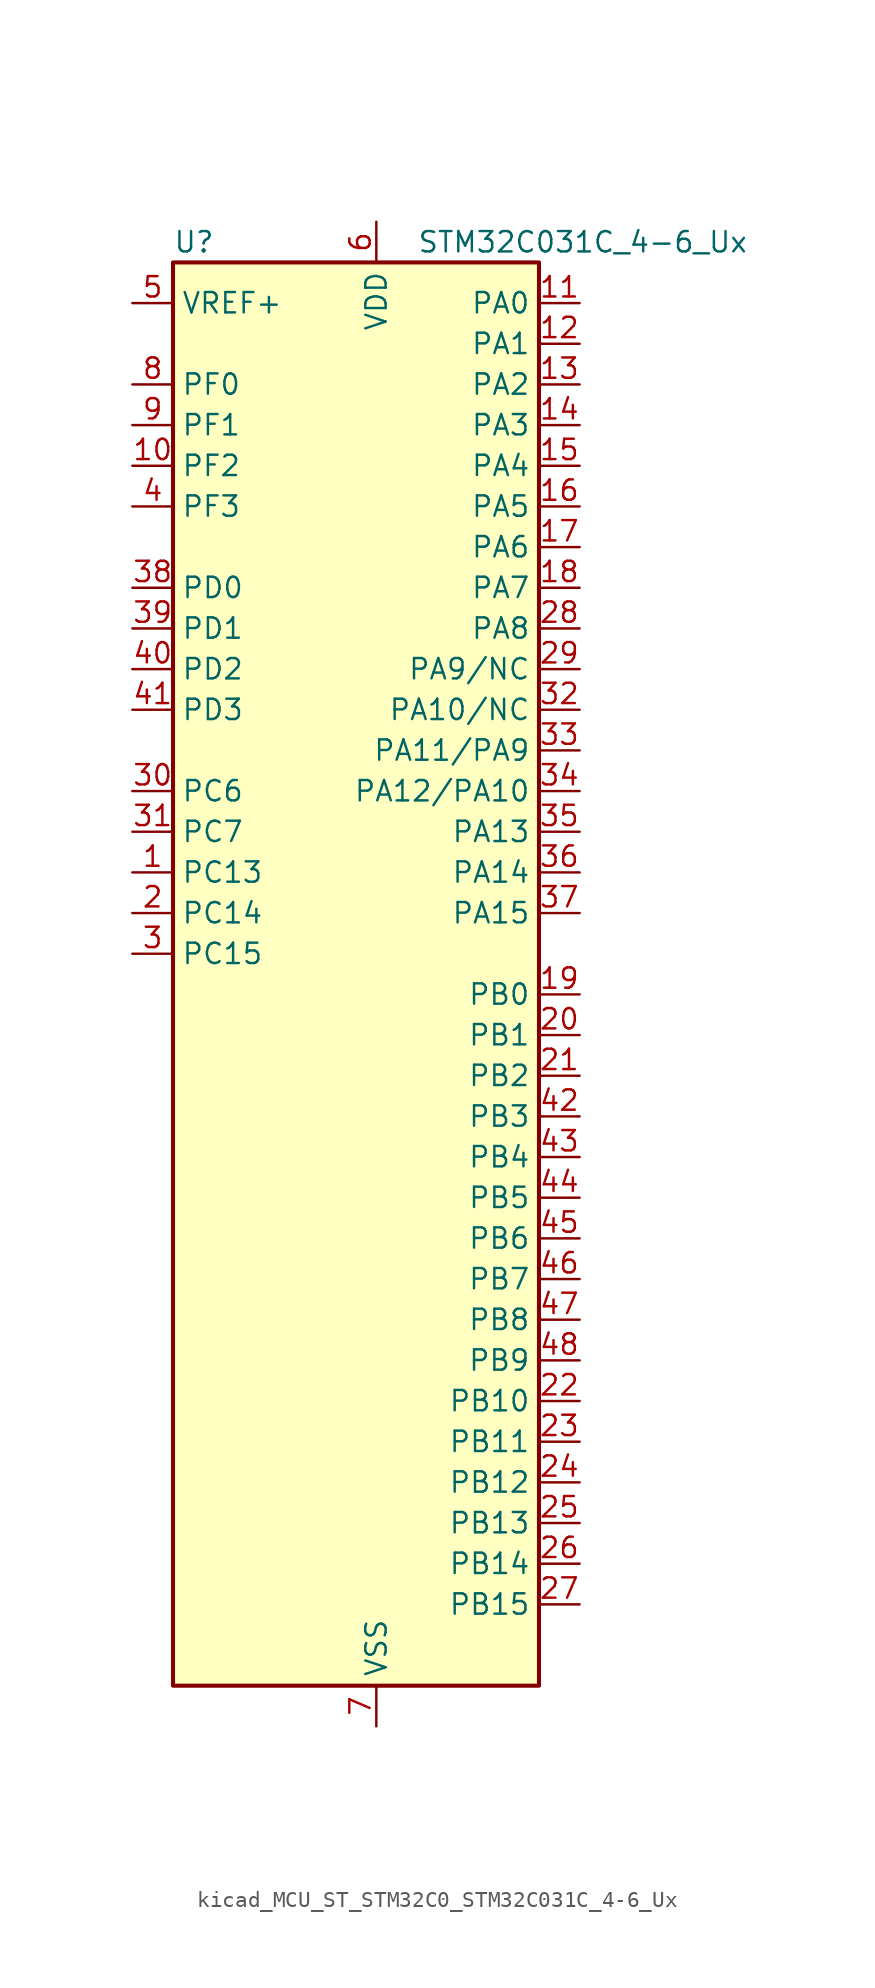
<source format=kicad_sym>
(kicad_symbol_lib
  (version 20220914)
  (generator kicad_symbol_editor)
  (symbol "kicad_MCU_ST_STM32C0_STM32C031C_4-6_Ux"
    (property "Reference" "U"
      (at -10.16 46.99 0)
      (effects (font (size 1.27 1.27)) (justify left)))
    (property "Value" "STM32C031C_4-6_Ux"
      (at 5.08 46.99 0)
      (effects (font (size 1.27 1.27)) (justify left)))
    (property "ki_locked" ""
      (at 0 0 0)
      (effects (font (size 1.27 1.27))))
    (symbol "kicad_MCU_ST_STM32C0_STM32C031C_4-6_Ux_0_1"
      (rectangle (start -10.16 -43.18) (end 12.7 45.72) (stroke (width 0.254) (type default)) (fill (type background))))
    (symbol "kicad_MCU_ST_STM32C0_STM32C031C_4-6_Ux_1_1"
      (pin bidirectional line (at -12.7 7.62 0) (length 2.54) (name "PC13" (effects (font (size 1.27 1.27)))) (number "1" (effects (font (size 1.27 1.27)))) (alternate "PWR_WKUP2" bidirectional line) (alternate "RTC_OUT1" bidirectional line) (alternate "RTC_TS" bidirectional line) (alternate "TIM1_BKIN" bidirectional line) (alternate "TIM1_ETR" bidirectional line))
      (pin bidirectional line (at -12.7 33.02 0) (length 2.54) (name "PF2" (effects (font (size 1.27 1.27)))) (number "10" (effects (font (size 1.27 1.27)))) (alternate "RCC_MCO" bidirectional line) (alternate "TIM1_CH4" bidirectional line))
      (pin bidirectional line (at 15.24 43.18 180) (length 2.54) (name "PA0" (effects (font (size 1.27 1.27)))) (number "11" (effects (font (size 1.27 1.27)))) (alternate "ADC1_IN0" bidirectional line) (alternate "PWR_WKUP1" bidirectional line) (alternate "TIM16_CH1" bidirectional line) (alternate "TIM1_CH1" bidirectional line) (alternate "USART1_TX" bidirectional line) (alternate "USART2_CTS" bidirectional line) (alternate "USART2_NSS" bidirectional line))
      (pin bidirectional line (at 15.24 40.64 180) (length 2.54) (name "PA1" (effects (font (size 1.27 1.27)))) (number "12" (effects (font (size 1.27 1.27)))) (alternate "ADC1_IN1" bidirectional line) (alternate "I2C1_SMBA" bidirectional line) (alternate "I2S1_CK" bidirectional line) (alternate "SPI1_SCK" bidirectional line) (alternate "TIM17_CH1" bidirectional line) (alternate "TIM1_CH2" bidirectional line) (alternate "USART1_RX" bidirectional line) (alternate "USART2_CK" bidirectional line) (alternate "USART2_DE" bidirectional line) (alternate "USART2_RTS" bidirectional line))
      (pin bidirectional line (at 15.24 38.1 180) (length 2.54) (name "PA2" (effects (font (size 1.27 1.27)))) (number "13" (effects (font (size 1.27 1.27)))) (alternate "ADC1_IN2" bidirectional line) (alternate "I2S1_SD" bidirectional line) (alternate "PWR_WKUP4" bidirectional line) (alternate "RCC_LSCO" bidirectional line) (alternate "SPI1_MOSI" bidirectional line) (alternate "TIM16_CH1N" bidirectional line) (alternate "TIM1_CH3" bidirectional line) (alternate "TIM3_ETR" bidirectional line) (alternate "USART2_TX" bidirectional line))
      (pin bidirectional line (at 15.24 35.56 180) (length 2.54) (name "PA3" (effects (font (size 1.27 1.27)))) (number "14" (effects (font (size 1.27 1.27)))) (alternate "ADC1_IN3" bidirectional line) (alternate "TIM1_CH1N" bidirectional line) (alternate "TIM1_CH4" bidirectional line) (alternate "USART2_RX" bidirectional line))
      (pin bidirectional line (at 15.24 33.02 180) (length 2.54) (name "PA4" (effects (font (size 1.27 1.27)))) (number "15" (effects (font (size 1.27 1.27)))) (alternate "ADC1_IN4" bidirectional line) (alternate "I2S1_WS" bidirectional line) (alternate "RTC_OUT2" bidirectional line) (alternate "SPI1_NSS" bidirectional line) (alternate "TIM14_CH1" bidirectional line) (alternate "TIM17_CH1N" bidirectional line) (alternate "TIM1_CH2N" bidirectional line) (alternate "USART2_TX" bidirectional line))
      (pin bidirectional line (at 15.24 30.48 180) (length 2.54) (name "PA5" (effects (font (size 1.27 1.27)))) (number "16" (effects (font (size 1.27 1.27)))) (alternate "ADC1_IN5" bidirectional line) (alternate "I2S1_CK" bidirectional line) (alternate "SPI1_SCK" bidirectional line) (alternate "TIM1_CH1" bidirectional line) (alternate "TIM1_CH3N" bidirectional line) (alternate "USART2_RX" bidirectional line))
      (pin bidirectional line (at 15.24 27.94 180) (length 2.54) (name "PA6" (effects (font (size 1.27 1.27)))) (number "17" (effects (font (size 1.27 1.27)))) (alternate "ADC1_IN6" bidirectional line) (alternate "I2S1_MCK" bidirectional line) (alternate "SPI1_MISO" bidirectional line) (alternate "TIM16_CH1" bidirectional line) (alternate "TIM1_BKIN" bidirectional line) (alternate "TIM3_CH1" bidirectional line))
      (pin bidirectional line (at 15.24 25.4 180) (length 2.54) (name "PA7" (effects (font (size 1.27 1.27)))) (number "18" (effects (font (size 1.27 1.27)))) (alternate "ADC1_IN7" bidirectional line) (alternate "I2S1_SD" bidirectional line) (alternate "SPI1_MOSI" bidirectional line) (alternate "TIM14_CH1" bidirectional line) (alternate "TIM17_CH1" bidirectional line) (alternate "TIM1_CH1N" bidirectional line) (alternate "TIM3_CH2" bidirectional line))
      (pin bidirectional line (at 15.24 0 180) (length 2.54) (name "PB0" (effects (font (size 1.27 1.27)))) (number "19" (effects (font (size 1.27 1.27)))) (alternate "ADC1_IN17" bidirectional line) (alternate "I2S1_WS" bidirectional line) (alternate "SPI1_NSS" bidirectional line) (alternate "TIM1_CH2N" bidirectional line) (alternate "TIM3_CH3" bidirectional line))
      (pin bidirectional line (at -12.7 5.08 0) (length 2.54) (name "PC14" (effects (font (size 1.27 1.27)))) (number "2" (effects (font (size 1.27 1.27)))) (alternate "I2C1_SDA" bidirectional line) (alternate "IR_OUT" bidirectional line) (alternate "RCC_OSCX_IN" bidirectional line) (alternate "TIM17_CH1" bidirectional line) (alternate "TIM1_BKIN2" bidirectional line) (alternate "TIM1_ETR" bidirectional line) (alternate "TIM3_CH2" bidirectional line) (alternate "USART1_TX" bidirectional line) (alternate "USART2_CK" bidirectional line) (alternate "USART2_DE" bidirectional line) (alternate "USART2_RTS" bidirectional line))
      (pin bidirectional line (at 15.24 -2.54 180) (length 2.54) (name "PB1" (effects (font (size 1.27 1.27)))) (number "20" (effects (font (size 1.27 1.27)))) (alternate "ADC1_IN18" bidirectional line) (alternate "TIM14_CH1" bidirectional line) (alternate "TIM1_CH2N" bidirectional line) (alternate "TIM1_CH3N" bidirectional line) (alternate "TIM3_CH4" bidirectional line))
      (pin bidirectional line (at 15.24 -5.08 180) (length 2.54) (name "PB2" (effects (font (size 1.27 1.27)))) (number "21" (effects (font (size 1.27 1.27)))) (alternate "ADC1_IN19" bidirectional line) (alternate "RCC_MCO_2" bidirectional line) (alternate "USART1_RX" bidirectional line))
      (pin bidirectional line (at 15.24 -25.4 180) (length 2.54) (name "PB10" (effects (font (size 1.27 1.27)))) (number "22" (effects (font (size 1.27 1.27)))) (alternate "ADC1_IN20" bidirectional line))
      (pin bidirectional line (at 15.24 -27.94 180) (length 2.54) (name "PB11" (effects (font (size 1.27 1.27)))) (number "23" (effects (font (size 1.27 1.27)))) (alternate "ADC1_EXTI11" bidirectional line) (alternate "ADC1_IN21" bidirectional line))
      (pin bidirectional line (at 15.24 -30.48 180) (length 2.54) (name "PB12" (effects (font (size 1.27 1.27)))) (number "24" (effects (font (size 1.27 1.27)))) (alternate "ADC1_IN22" bidirectional line) (alternate "TIM1_BKIN" bidirectional line) (alternate "TIM1_BKIN2" bidirectional line))
      (pin bidirectional line (at 15.24 -33.02 180) (length 2.54) (name "PB13" (effects (font (size 1.27 1.27)))) (number "25" (effects (font (size 1.27 1.27)))) (alternate "TIM1_CH1N" bidirectional line))
      (pin bidirectional line (at 15.24 -35.56 180) (length 2.54) (name "PB14" (effects (font (size 1.27 1.27)))) (number "26" (effects (font (size 1.27 1.27)))) (alternate "TIM1_CH2N" bidirectional line))
      (pin bidirectional line (at 15.24 -38.1 180) (length 2.54) (name "PB15" (effects (font (size 1.27 1.27)))) (number "27" (effects (font (size 1.27 1.27)))) (alternate "RTC_REFIN" bidirectional line) (alternate "TIM1_CH3N" bidirectional line))
      (pin bidirectional line (at 15.24 22.86 180) (length 2.54) (name "PA8" (effects (font (size 1.27 1.27)))) (number "28" (effects (font (size 1.27 1.27)))) (alternate "ADC1_IN8" bidirectional line) (alternate "I2S1_WS" bidirectional line) (alternate "RCC_MCO" bidirectional line) (alternate "RCC_MCO_2" bidirectional line) (alternate "SPI1_NSS" bidirectional line) (alternate "TIM14_CH1" bidirectional line) (alternate "TIM1_CH1" bidirectional line) (alternate "TIM1_CH2N" bidirectional line) (alternate "TIM1_CH3N" bidirectional line) (alternate "TIM3_CH3" bidirectional line) (alternate "TIM3_CH4" bidirectional line) (alternate "USART1_RX" bidirectional line) (alternate "USART2_TX" bidirectional line))
      (pin bidirectional line (at 15.24 20.32 180) (length 2.54) (name "PA9/NC" (effects (font (size 1.27 1.27)))) (number "29" (effects (font (size 1.27 1.27)))) (alternate "I2C1_SCL" bidirectional line) (alternate "RCC_MCO" bidirectional line) (alternate "TIM1_CH2" bidirectional line) (alternate "TIM3_ETR" bidirectional line) (alternate "USART1_TX" bidirectional line))
      (pin bidirectional line (at -12.7 2.54 0) (length 2.54) (name "PC15" (effects (font (size 1.27 1.27)))) (number "3" (effects (font (size 1.27 1.27)))) (alternate "RCC_OSC32_EN" bidirectional line) (alternate "RCC_OSCX_OUT" bidirectional line) (alternate "RCC_OSC_EN" bidirectional line) (alternate "TIM1_ETR" bidirectional line) (alternate "TIM3_CH3" bidirectional line))
      (pin bidirectional line (at -12.7 12.7 0) (length 2.54) (name "PC6" (effects (font (size 1.27 1.27)))) (number "30" (effects (font (size 1.27 1.27)))) (alternate "TIM3_CH1" bidirectional line))
      (pin bidirectional line (at -12.7 10.16 0) (length 2.54) (name "PC7" (effects (font (size 1.27 1.27)))) (number "31" (effects (font (size 1.27 1.27)))) (alternate "TIM3_CH2" bidirectional line))
      (pin bidirectional line (at 15.24 17.78 180) (length 2.54) (name "PA10/NC" (effects (font (size 1.27 1.27)))) (number "32" (effects (font (size 1.27 1.27)))) (alternate "I2C1_SDA" bidirectional line) (alternate "RCC_MCO_2" bidirectional line) (alternate "TIM17_BKIN" bidirectional line) (alternate "TIM1_CH3" bidirectional line) (alternate "USART1_RX" bidirectional line))
      (pin bidirectional line (at 15.24 15.24 180) (length 2.54) (name "PA11/PA9" (effects (font (size 1.27 1.27)))) (number "33" (effects (font (size 1.27 1.27)))) (alternate "ADC1_EXTI11" bidirectional line) (alternate "ADC1_IN11" bidirectional line) (alternate "I2S1_MCK" bidirectional line) (alternate "SPI1_MISO" bidirectional line) (alternate "TIM1_BKIN2" bidirectional line) (alternate "TIM1_CH4" bidirectional line) (alternate "USART1_CTS" bidirectional line) (alternate "USART1_NSS" bidirectional line))
      (pin bidirectional line (at 15.24 12.7 180) (length 2.54) (name "PA12/PA10" (effects (font (size 1.27 1.27)))) (number "34" (effects (font (size 1.27 1.27)))) (alternate "ADC1_IN12" bidirectional line) (alternate "I2S1_SD" bidirectional line) (alternate "I2S_CKIN" bidirectional line) (alternate "SPI1_MOSI" bidirectional line) (alternate "TIM1_ETR" bidirectional line) (alternate "USART1_CK" bidirectional line) (alternate "USART1_DE" bidirectional line) (alternate "USART1_RTS" bidirectional line))
      (pin bidirectional line (at 15.24 10.16 180) (length 2.54) (name "PA13" (effects (font (size 1.27 1.27)))) (number "35" (effects (font (size 1.27 1.27)))) (alternate "ADC1_IN13" bidirectional line) (alternate "DEBUG_SWDIO" bidirectional line) (alternate "IR_OUT" bidirectional line) (alternate "TIM3_ETR" bidirectional line) (alternate "USART2_RX" bidirectional line))
      (pin bidirectional line (at 15.24 7.62 180) (length 2.54) (name "PA14" (effects (font (size 1.27 1.27)))) (number "36" (effects (font (size 1.27 1.27)))) (alternate "ADC1_IN14" bidirectional line) (alternate "DEBUG_SWCLK" bidirectional line) (alternate "I2S1_WS" bidirectional line) (alternate "RCC_MCO_2" bidirectional line) (alternate "SPI1_NSS" bidirectional line) (alternate "TIM1_CH1" bidirectional line) (alternate "USART1_CK" bidirectional line) (alternate "USART1_DE" bidirectional line) (alternate "USART1_RTS" bidirectional line) (alternate "USART2_RX" bidirectional line) (alternate "USART2_TX" bidirectional line))
      (pin bidirectional line (at 15.24 5.08 180) (length 2.54) (name "PA15" (effects (font (size 1.27 1.27)))) (number "37" (effects (font (size 1.27 1.27)))) (alternate "I2S1_WS" bidirectional line) (alternate "RCC_MCO_2" bidirectional line) (alternate "SPI1_NSS" bidirectional line) (alternate "TIM1_CH1" bidirectional line) (alternate "USART1_CK" bidirectional line) (alternate "USART1_DE" bidirectional line) (alternate "USART1_RTS" bidirectional line) (alternate "USART2_RX" bidirectional line))
      (pin bidirectional line (at -12.7 25.4 0) (length 2.54) (name "PD0" (effects (font (size 1.27 1.27)))) (number "38" (effects (font (size 1.27 1.27)))) (alternate "TIM16_CH1" bidirectional line))
      (pin bidirectional line (at -12.7 22.86 0) (length 2.54) (name "PD1" (effects (font (size 1.27 1.27)))) (number "39" (effects (font (size 1.27 1.27)))) (alternate "TIM17_CH1" bidirectional line))
      (pin bidirectional line (at -12.7 30.48 0) (length 2.54) (name "PF3" (effects (font (size 1.27 1.27)))) (number "4" (effects (font (size 1.27 1.27)))))
      (pin bidirectional line (at -12.7 20.32 0) (length 2.54) (name "PD2" (effects (font (size 1.27 1.27)))) (number "40" (effects (font (size 1.27 1.27)))) (alternate "TIM1_CH1N" bidirectional line) (alternate "TIM3_ETR" bidirectional line))
      (pin bidirectional line (at -12.7 17.78 0) (length 2.54) (name "PD3" (effects (font (size 1.27 1.27)))) (number "41" (effects (font (size 1.27 1.27)))) (alternate "TIM1_CH2N" bidirectional line) (alternate "USART2_CTS" bidirectional line) (alternate "USART2_NSS" bidirectional line))
      (pin bidirectional line (at 15.24 -7.62 180) (length 2.54) (name "PB3" (effects (font (size 1.27 1.27)))) (number "42" (effects (font (size 1.27 1.27)))) (alternate "I2S1_CK" bidirectional line) (alternate "SPI1_SCK" bidirectional line) (alternate "TIM1_CH2" bidirectional line) (alternate "TIM3_CH2" bidirectional line) (alternate "USART1_CK" bidirectional line) (alternate "USART1_DE" bidirectional line) (alternate "USART1_RTS" bidirectional line))
      (pin bidirectional line (at 15.24 -10.16 180) (length 2.54) (name "PB4" (effects (font (size 1.27 1.27)))) (number "43" (effects (font (size 1.27 1.27)))) (alternate "I2S1_MCK" bidirectional line) (alternate "SPI1_MISO" bidirectional line) (alternate "TIM17_BKIN" bidirectional line) (alternate "TIM3_CH1" bidirectional line) (alternate "USART1_CTS" bidirectional line) (alternate "USART1_NSS" bidirectional line))
      (pin bidirectional line (at 15.24 -12.7 180) (length 2.54) (name "PB5" (effects (font (size 1.27 1.27)))) (number "44" (effects (font (size 1.27 1.27)))) (alternate "I2C1_SMBA" bidirectional line) (alternate "I2S1_SD" bidirectional line) (alternate "PWR_WKUP6" bidirectional line) (alternate "SPI1_MOSI" bidirectional line) (alternate "TIM16_BKIN" bidirectional line) (alternate "TIM3_CH2" bidirectional line) (alternate "TIM3_CH3" bidirectional line))
      (pin bidirectional line (at 15.24 -15.24 180) (length 2.54) (name "PB6" (effects (font (size 1.27 1.27)))) (number "45" (effects (font (size 1.27 1.27)))) (alternate "I2C1_SCL" bidirectional line) (alternate "I2C1_SMBA" bidirectional line) (alternate "I2S1_CK" bidirectional line) (alternate "I2S1_MCK" bidirectional line) (alternate "I2S1_SD" bidirectional line) (alternate "PWR_WKUP3" bidirectional line) (alternate "SPI1_MISO" bidirectional line) (alternate "SPI1_MOSI" bidirectional line) (alternate "SPI1_SCK" bidirectional line) (alternate "TIM16_BKIN" bidirectional line) (alternate "TIM16_CH1N" bidirectional line) (alternate "TIM17_BKIN" bidirectional line) (alternate "TIM1_CH2" bidirectional line) (alternate "TIM1_CH3" bidirectional line) (alternate "TIM3_CH1" bidirectional line) (alternate "TIM3_CH2" bidirectional line) (alternate "TIM3_CH3" bidirectional line) (alternate "USART1_CK" bidirectional line) (alternate "USART1_CTS" bidirectional line) (alternate "USART1_DE" bidirectional line) (alternate "USART1_NSS" bidirectional line) (alternate "USART1_RTS" bidirectional line) (alternate "USART1_TX" bidirectional line))
      (pin bidirectional line (at 15.24 -17.78 180) (length 2.54) (name "PB7" (effects (font (size 1.27 1.27)))) (number "46" (effects (font (size 1.27 1.27)))) (alternate "I2C1_SCL" bidirectional line) (alternate "I2C1_SDA" bidirectional line) (alternate "TIM16_CH1" bidirectional line) (alternate "TIM17_CH1N" bidirectional line) (alternate "TIM1_CH4" bidirectional line) (alternate "TIM3_CH1" bidirectional line) (alternate "TIM3_CH4" bidirectional line) (alternate "USART1_RX" bidirectional line) (alternate "USART2_CTS" bidirectional line) (alternate "USART2_NSS" bidirectional line))
      (pin bidirectional line (at 15.24 -20.32 180) (length 2.54) (name "PB8" (effects (font (size 1.27 1.27)))) (number "47" (effects (font (size 1.27 1.27)))) (alternate "I2C1_SCL" bidirectional line) (alternate "TIM16_CH1" bidirectional line) (alternate "TIM3_CH1" bidirectional line) (alternate "USART2_CTS" bidirectional line) (alternate "USART2_NSS" bidirectional line))
      (pin bidirectional line (at 15.24 -22.86 180) (length 2.54) (name "PB9" (effects (font (size 1.27 1.27)))) (number "48" (effects (font (size 1.27 1.27)))) (alternate "I2C1_SDA" bidirectional line) (alternate "IR_OUT" bidirectional line) (alternate "TIM17_CH1" bidirectional line) (alternate "TIM3_CH2" bidirectional line) (alternate "USART2_CK" bidirectional line) (alternate "USART2_DE" bidirectional line) (alternate "USART2_RTS" bidirectional line))
      (pin passive line (at 2.54 -45.72 90) (length 2.54) hide (name "VSS" (effects (font (size 1.27 1.27)))) (number "49" (effects (font (size 1.27 1.27)))))
      (pin input line (at -12.7 43.18 0) (length 2.54) (name "VREF+" (effects (font (size 1.27 1.27)))) (number "5" (effects (font (size 1.27 1.27)))))
      (pin power_in line (at 2.54 48.26 270) (length 2.54) (name "VDD" (effects (font (size 1.27 1.27)))) (number "6" (effects (font (size 1.27 1.27)))))
      (pin power_in line (at 2.54 -45.72 90) (length 2.54) (name "VSS" (effects (font (size 1.27 1.27)))) (number "7" (effects (font (size 1.27 1.27)))))
      (pin bidirectional line (at -12.7 38.1 0) (length 2.54) (name "PF0" (effects (font (size 1.27 1.27)))) (number "8" (effects (font (size 1.27 1.27)))) (alternate "RCC_OSC_IN" bidirectional line) (alternate "TIM14_CH1" bidirectional line))
      (pin bidirectional line (at -12.7 35.56 0) (length 2.54) (name "PF1" (effects (font (size 1.27 1.27)))) (number "9" (effects (font (size 1.27 1.27)))) (alternate "RCC_OSC_EN" bidirectional line) (alternate "RCC_OSC_OUT" bidirectional line)))))
</source>
